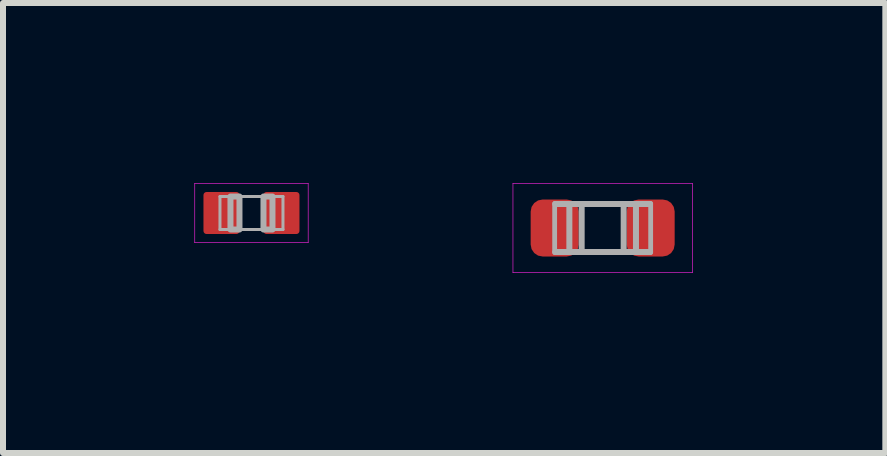
<source format=kicad_pcb>
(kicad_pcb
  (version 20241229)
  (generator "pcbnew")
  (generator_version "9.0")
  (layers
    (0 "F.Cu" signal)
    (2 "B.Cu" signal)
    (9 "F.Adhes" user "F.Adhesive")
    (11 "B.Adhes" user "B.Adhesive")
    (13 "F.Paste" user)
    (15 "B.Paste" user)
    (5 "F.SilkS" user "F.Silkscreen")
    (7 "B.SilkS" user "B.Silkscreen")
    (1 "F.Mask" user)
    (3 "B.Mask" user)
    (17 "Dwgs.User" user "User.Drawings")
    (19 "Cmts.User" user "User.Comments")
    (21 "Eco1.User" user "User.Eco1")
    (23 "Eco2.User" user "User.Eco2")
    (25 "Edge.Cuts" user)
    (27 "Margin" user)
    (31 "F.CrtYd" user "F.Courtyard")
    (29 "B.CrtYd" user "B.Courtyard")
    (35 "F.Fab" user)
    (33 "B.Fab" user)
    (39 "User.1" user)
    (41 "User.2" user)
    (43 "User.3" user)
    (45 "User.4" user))
  (footprint ".0402-B-NOSILK"
    (layer "F.Cu")
    (at 1.141 0.5)
    (property "Reference" ".0402-B-NOSILK" (at 0 0 0) (layer "F.Mask") (effects (font (size 0.17 0.17) (thickness 0.03))))
    (fp_line (start -0.525 -0.275) (end 0.525 -0.275) (stroke (width 0.05) (type solid)) (layer "F.Mask"))
    (fp_line (start -0.525 0.275) (end -0.525 -0.275) (stroke (width 0.05) (type solid)) (layer "F.Mask"))
    (fp_line (start 0.525 -0.275) (end 0.525 0.275) (stroke (width 0.05) (type solid)) (layer "F.Mask"))
    (fp_line (start 0.525 0.275) (end -0.525 0.275) (stroke (width 0.05) (type solid)) (layer "F.Mask"))
    (fp_poly (pts (xy -0.86 0.41) (xy -0.14 0.41) (xy -0.14 -0.41) (xy -0.86 -0.41)) (stroke (width 0) (type solid)) (fill yes) (layer "F.Mask"))
    (fp_poly (pts (xy 0.14 0.41) (xy 0.86 0.41) (xy 0.86 -0.41) (xy 0.14 -0.41)) (stroke (width 0) (type solid)) (fill yes) (layer "F.Mask"))
    (fp_line (start -0.945 -0.495) (end -0.945 0.495) (stroke (width 0.01) (type solid)) (layer "F.CrtYd"))
    (fp_line (start -0.945 0.495) (end 0.945 0.495) (stroke (width 0.01) (type solid)) (layer "F.CrtYd"))
    (fp_line (start 0.945 -0.495) (end -0.945 -0.495) (stroke (width 0.01) (type solid)) (layer "F.CrtYd"))
    (fp_line (start 0.945 0.495) (end 0.945 -0.495) (stroke (width 0.01) (type solid)) (layer "F.CrtYd"))
    (fp_line (start -0.525 -0.275) (end 0.525 -0.275) (stroke (width 0.05) (type solid)) (layer "F.Fab"))
    (fp_line (start -0.525 0.275) (end -0.525 -0.275) (stroke (width 0.05) (type solid)) (layer "F.Fab"))
    (fp_line (start 0.525 -0.275) (end 0.525 0.275) (stroke (width 0.05) (type solid)) (layer "F.Fab"))
    (fp_line (start 0.525 0.275) (end -0.525 0.275) (stroke (width 0.05) (type solid)) (layer "F.Fab"))
    (fp_poly (pts (xy -0.35 0.275) (xy -0.2 0.275) (xy -0.2 -0.275) (xy -0.35 -0.275)) (stroke (width 0.1) (type solid)) (fill no) (layer "F.Fab"))
    (fp_poly (pts (xy 0.2 0.275) (xy 0.35 0.275) (xy 0.35 -0.275) (xy 0.2 -0.275)) (stroke (width 0.1) (type solid)) (fill no) (layer "F.Fab"))
    (pad "1" smd roundrect (at -0.5 0) (size 0.6 0.7) (layers "F.Cu" "F.Paste") (roundrect_rratio 0.085))
    (pad "2" smd roundrect (at 0.5 0) (size 0.6 0.7) (layers "F.Cu" "F.Paste") (roundrect_rratio 0.085)))
  (footprint ".0603-B-NOSILK"
    (layer "F.Cu")
    (at 6.994 0.75)
    (property "Reference" ".0603-B-NOSILK" (at 0 0 0) (layer "F.Mask") (effects (font (size 0.255 0.255) (thickness 0.045))))
    (fp_line (start -0.8 0.41) (end -0.8 -0.41) (stroke (width 0.08) (type solid)) (layer "F.Mask"))
    (fp_line (start -0.79 -0.4) (end 0.79 -0.4) (stroke (width 0.1) (type solid)) (layer "F.Mask"))
    (fp_line (start 0.79 0.4) (end -0.79 0.4) (stroke (width 0.1) (type solid)) (layer "F.Mask"))
    (fp_line (start 0.8 -0.41) (end 0.8 0.41) (stroke (width 0.08) (type solid)) (layer "F.Mask"))
    (fp_poly (pts (xy -0.34 0.54) (xy -1.26 0.54) (xy -1.26 -0.54) (xy -0.34 -0.54)) (stroke (width 0) (type solid)) (fill yes) (layer "F.Mask"))
    (fp_poly (pts (xy 1.26 0.54) (xy 0.34 0.54) (xy 0.34 -0.54) (xy 1.26 -0.54)) (stroke (width 0) (type solid)) (fill yes) (layer "F.Mask"))
    (fp_line (start -1.495 -0.745) (end -1.495 0.745) (stroke (width 0.01) (type solid)) (layer "F.CrtYd"))
    (fp_line (start -1.495 0.745) (end 1.495 0.745) (stroke (width 0.01) (type solid)) (layer "F.CrtYd"))
    (fp_line (start 1.495 -0.745) (end -1.495 -0.745) (stroke (width 0.01) (type solid)) (layer "F.CrtYd"))
    (fp_line (start 1.495 0.745) (end 1.495 -0.745) (stroke (width 0.01) (type solid)) (layer "F.CrtYd"))
    (fp_line (start -0.8 0.41) (end -0.8 -0.41) (stroke (width 0.08) (type solid)) (layer "F.Fab"))
    (fp_line (start -0.79 -0.4) (end 0.79 -0.4) (stroke (width 0.1) (type solid)) (layer "F.Fab"))
    (fp_line (start 0.79 0.4) (end -0.79 0.4) (stroke (width 0.1) (type solid)) (layer "F.Fab"))
    (fp_line (start 0.8 -0.41) (end 0.8 0.41) (stroke (width 0.08) (type solid)) (layer "F.Fab"))
    (fp_poly (pts (xy -0.555 0.4) (xy -0.35 0.4) (xy -0.35 -0.4) (xy -0.555 -0.4)) (stroke (width 0.1) (type solid)) (fill no) (layer "F.Fab"))
    (fp_poly (pts (xy 0.35 0.4) (xy 0.555 0.4) (xy 0.555 -0.4) (xy 0.35 -0.4)) (stroke (width 0.1) (type solid)) (fill no) (layer "F.Fab"))
    (pad "1" smd roundrect (at -0.8 0) (size 0.8 0.95) (layers "F.Cu" "F.Paste") (roundrect_rratio 0.25))
    (pad "2" smd roundrect (at 0.8 0) (size 0.8 0.95) (layers "F.Cu" "F.Paste") (roundrect_rratio 0.25)))
  (gr_rect
    (start -3 -3)
    (end 11.705 4.5)
    (stroke (width 0.1) (type default))
    (fill no)
    (layer "Edge.Cuts")))
</source>
